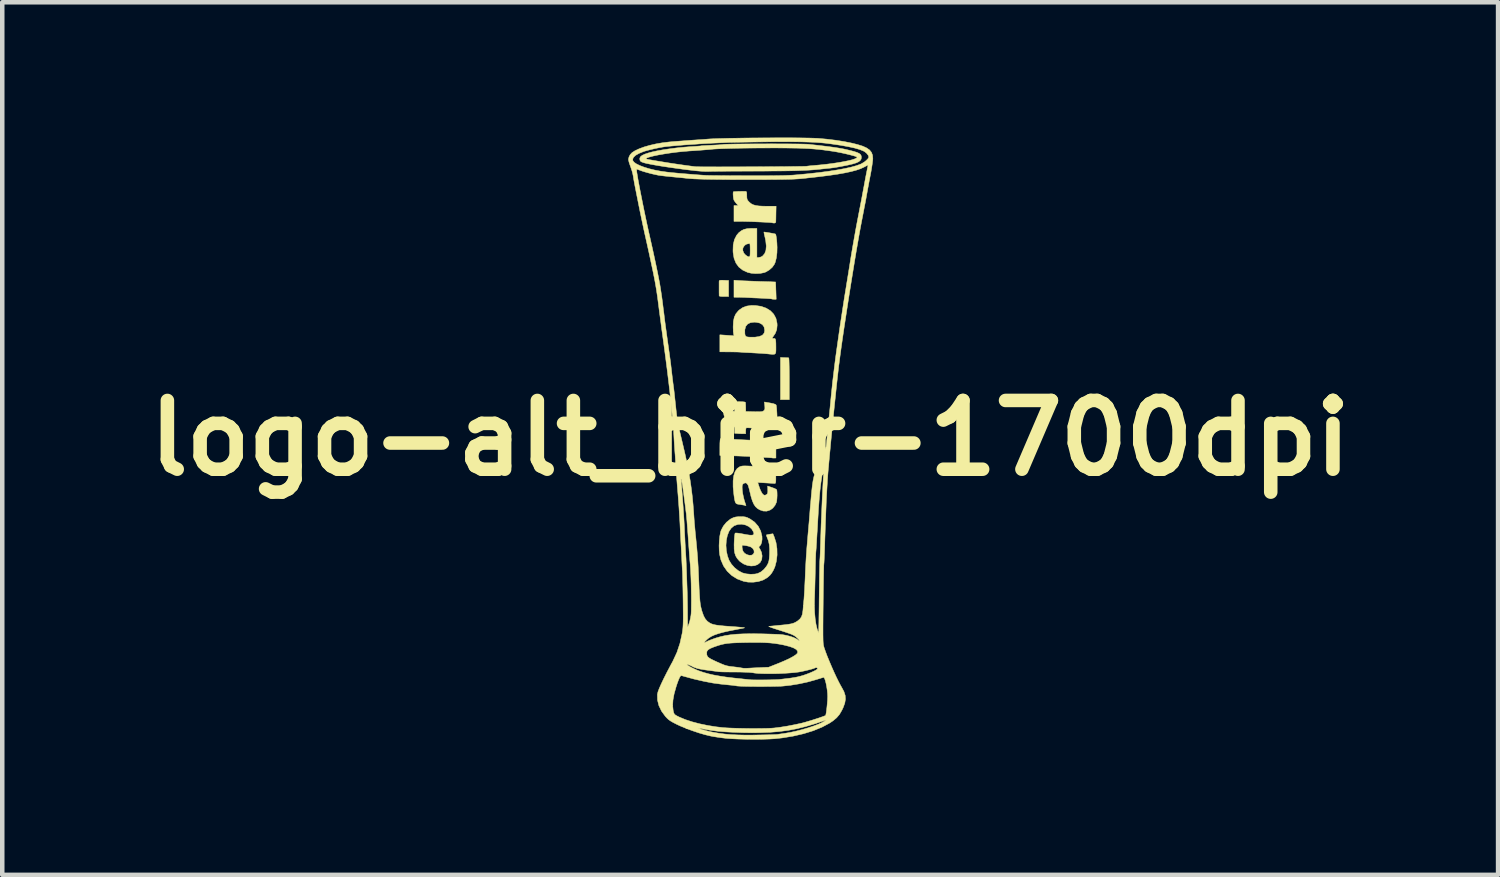
<source format=kicad_pcb>
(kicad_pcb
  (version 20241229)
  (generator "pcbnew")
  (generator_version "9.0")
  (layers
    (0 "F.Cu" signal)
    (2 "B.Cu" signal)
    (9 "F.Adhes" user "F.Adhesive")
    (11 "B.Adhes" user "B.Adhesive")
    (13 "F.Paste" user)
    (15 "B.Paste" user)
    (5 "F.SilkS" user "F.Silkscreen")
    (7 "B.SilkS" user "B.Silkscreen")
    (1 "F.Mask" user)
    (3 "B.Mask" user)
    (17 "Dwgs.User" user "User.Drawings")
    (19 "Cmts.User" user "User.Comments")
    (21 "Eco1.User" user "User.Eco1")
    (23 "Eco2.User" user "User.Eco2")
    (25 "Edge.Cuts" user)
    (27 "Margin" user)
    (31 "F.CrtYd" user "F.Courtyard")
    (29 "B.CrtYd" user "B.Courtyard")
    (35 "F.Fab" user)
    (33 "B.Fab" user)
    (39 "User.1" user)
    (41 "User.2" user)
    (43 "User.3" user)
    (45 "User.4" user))
  (footprint "logo-alt_bier-1700dpi"
    (layer "F.Cu")
    (at 13.578 6.661)
    (property "Reference" "logo-alt_bier-1700dpi" (at 0 0 0) (layer "F.SilkS") (effects (font (size 1.524 1.524) (thickness 0.3))))
    (attr through_hole)
    (fp_poly (pts (xy 0.758 -1.784) (xy 0.807 -1.782) (xy 0.843 -1.78) (xy 0.855 -1.779) (xy 0.858 -1.765) (xy 0.861 -1.724) (xy 0.863 -1.66) (xy 0.865 -1.577) (xy 0.866 -1.479) (xy 0.867 -1.369) (xy 0.867 -1.315) (xy 0.867 -0.852) (xy 0.672 -0.852) (xy 0.672 -1.788) (xy 0.758 -1.784)) (stroke (width 0.01) (type solid)) (fill yes) (layer "F.SilkS"))
    (fp_poly (pts (xy -0.583 -3.499) (xy -0.478 -3.494) (xy -0.478 -3.138) (xy -0.583 -3.138) (xy -0.644 -3.14) (xy -0.678 -3.146) (xy -0.688 -3.156) (xy -0.688 -3.186) (xy -0.689 -3.236) (xy -0.689 -3.296) (xy -0.689 -3.359) (xy -0.689 -3.416) (xy -0.689 -3.46) (xy -0.688 -3.481) (xy -0.682 -3.493) (xy -0.662 -3.499) (xy -0.621 -3.5) (xy -0.583 -3.499)) (stroke (width 0.01) (type solid)) (fill yes) (layer "F.SilkS"))
    (fp_poly (pts (xy -0.22 -3.491) (xy -0.162 -3.487) (xy -0.081 -3.484) (xy 0.015 -3.48) (xy 0.12 -3.476) (xy 0.226 -3.472) (xy 0.239 -3.472) (xy 0.334 -3.469) (xy 0.417 -3.467) (xy 0.486 -3.464) (xy 0.535 -3.462) (xy 0.56 -3.461) (xy 0.562 -3.461) (xy 0.564 -3.446) (xy 0.566 -3.407) (xy 0.568 -3.35) (xy 0.57 -3.279) (xy 0.571 -3.268) (xy 0.577 -3.078) (xy 0.53 -3.078) (xy 0.495 -3.08) (xy 0.476 -3.085) (xy 0.476 -3.085) (xy 0.46 -3.088) (xy 0.419 -3.091) (xy 0.358 -3.095) (xy 0.284 -3.099) (xy 0.246 -3.101) (xy 0.16 -3.105) (xy 0.078 -3.108) (xy 0.009 -3.112) (xy -0.042 -3.115) (xy -0.052 -3.115) (xy -0.106 -3.118) (xy -0.175 -3.12) (xy -0.243 -3.122) (xy -0.359 -3.123) (xy -0.359 -3.5) (xy -0.22 -3.491)) (stroke (width 0.01) (type solid)) (fill yes) (layer "F.SilkS"))
    (fp_poly (pts (xy -0.591 0.012) (xy -0.535 0.016) (xy -0.52 0.017) (xy -0.461 0.021) (xy -0.382 0.026) (xy -0.29 0.031) (xy -0.196 0.036) (xy -0.159 0.038) (xy -0.073 0.042) (xy 0.005 0.045) (xy 0.069 0.049) (xy 0.113 0.052) (xy 0.127 0.053) (xy 0.159 0.056) (xy 0.213 0.058) (xy 0.283 0.06) (xy 0.359 0.061) (xy 0.363 0.061) (xy 0.435 0.063) (xy 0.497 0.067) (xy 0.541 0.072) (xy 0.562 0.077) (xy 0.562 0.078) (xy 0.566 0.098) (xy 0.569 0.141) (xy 0.57 0.201) (xy 0.571 0.266) (xy 0.571 0.441) (xy 0.532 0.442) (xy 0.502 0.442) (xy 0.489 0.439) (xy 0.474 0.437) (xy 0.434 0.434) (xy 0.375 0.43) (xy 0.302 0.427) (xy 0.276 0.425) (xy 0.197 0.421) (xy 0.126 0.417) (xy 0.07 0.414) (xy 0.035 0.411) (xy 0.031 0.41) (xy 0.005 0.408) (xy -0.045 0.405) (xy -0.115 0.402) (xy -0.201 0.399) (xy -0.297 0.395) (xy -0.339 0.394) (xy -0.672 0.384) (xy -0.672 0.201) (xy -0.671 0.113) (xy -0.667 0.052) (xy -0.661 0.018) (xy -0.656 0.012) (xy -0.634 0.011) (xy -0.591 0.012)) (stroke (width 0.01) (type solid)) (fill yes) (layer "F.SilkS"))
    (fp_poly (pts (xy -0.106 -5.47) (xy -0.101 -5.47) (xy -0.086 -5.464) (xy -0.078 -5.446) (xy -0.075 -5.407) (xy -0.075 -5.377) (xy -0.073 -5.324) (xy -0.066 -5.29) (xy -0.048 -5.261) (xy -0.019 -5.23) (xy 0.02 -5.197) (xy 0.065 -5.173) (xy 0.121 -5.157) (xy 0.193 -5.146) (xy 0.286 -5.141) (xy 0.385 -5.14) (xy 0.575 -5.14) (xy 0.572 -4.987) (xy 0.571 -4.918) (xy 0.57 -4.858) (xy 0.569 -4.815) (xy 0.569 -4.8) (xy 0.56 -4.773) (xy 0.533 -4.766) (xy 0.503 -4.769) (xy 0.492 -4.772) (xy 0.475 -4.775) (xy 0.433 -4.779) (xy 0.372 -4.783) (xy 0.295 -4.787) (xy 0.208 -4.791) (xy 0.116 -4.795) (xy 0.023 -4.799) (xy -0.065 -4.801) (xy -0.143 -4.803) (xy -0.205 -4.804) (xy -0.359 -4.804) (xy -0.359 -4.979) (xy -0.359 -5.155) (xy -0.263 -5.155) (xy -0.302 -5.196) (xy -0.333 -5.234) (xy -0.357 -5.27) (xy -0.358 -5.272) (xy -0.368 -5.303) (xy -0.374 -5.347) (xy -0.378 -5.395) (xy -0.378 -5.436) (xy -0.373 -5.459) (xy -0.372 -5.46) (xy -0.356 -5.463) (xy -0.318 -5.465) (xy -0.265 -5.468) (xy -0.208 -5.469) (xy -0.152 -5.47) (xy -0.106 -5.47)) (stroke (width 0.01) (type solid)) (fill yes) (layer "F.SilkS"))
    (fp_poly (pts (xy -0.158 -0.805) (xy -0.119 -0.8) (xy -0.103 -0.79) (xy -0.103 -0.788) (xy -0.102 -0.764) (xy -0.1 -0.72) (xy -0.099 -0.68) (xy -0.097 -0.59) (xy 0.087 -0.585) (xy 0.166 -0.584) (xy 0.221 -0.585) (xy 0.258 -0.588) (xy 0.282 -0.595) (xy 0.299 -0.605) (xy 0.302 -0.608) (xy 0.319 -0.628) (xy 0.326 -0.655) (xy 0.325 -0.698) (xy 0.323 -0.718) (xy 0.315 -0.801) (xy 0.441 -0.779) (xy 0.514 -0.764) (xy 0.559 -0.748) (xy 0.576 -0.733) (xy 0.581 -0.709) (xy 0.586 -0.663) (xy 0.59 -0.601) (xy 0.593 -0.553) (xy 0.596 -0.48) (xy 0.595 -0.429) (xy 0.59 -0.392) (xy 0.581 -0.361) (xy 0.565 -0.329) (xy 0.54 -0.286) (xy 0.513 -0.254) (xy 0.478 -0.233) (xy 0.431 -0.22) (xy 0.368 -0.214) (xy 0.283 -0.214) (xy 0.202 -0.217) (xy 0.12 -0.221) (xy 0.046 -0.224) (xy -0.013 -0.227) (xy -0.051 -0.229) (xy -0.06 -0.229) (xy -0.083 -0.228) (xy -0.094 -0.215) (xy -0.098 -0.183) (xy -0.099 -0.164) (xy -0.1 -0.097) (xy -0.158 -0.097) (xy -0.214 -0.098) (xy -0.273 -0.101) (xy -0.28 -0.102) (xy -0.344 -0.106) (xy -0.344 -0.18) (xy -0.346 -0.225) (xy -0.353 -0.248) (xy -0.369 -0.255) (xy -0.37 -0.255) (xy -0.413 -0.258) (xy -0.461 -0.264) (xy -0.501 -0.273) (xy -0.523 -0.281) (xy -0.524 -0.282) (xy -0.53 -0.299) (xy -0.541 -0.337) (xy -0.554 -0.39) (xy -0.567 -0.45) (xy -0.58 -0.508) (xy -0.591 -0.559) (xy -0.597 -0.593) (xy -0.598 -0.602) (xy -0.584 -0.606) (xy -0.547 -0.607) (xy -0.494 -0.606) (xy -0.471 -0.604) (xy -0.344 -0.595) (xy -0.344 -0.807) (xy -0.224 -0.807) (xy -0.158 -0.805)) (stroke (width 0.01) (type solid)) (fill yes) (layer "F.SilkS"))
    (fp_poly (pts (xy 0.101 -4.648) (xy 0.149 -4.647) (xy 0.149 -4.004) (xy 0.192 -4.004) (xy 0.235 -4.014) (xy 0.273 -4.034) (xy 0.321 -4.089) (xy 0.349 -4.163) (xy 0.357 -4.257) (xy 0.345 -4.372) (xy 0.33 -4.445) (xy 0.317 -4.5) (xy 0.308 -4.543) (xy 0.305 -4.566) (xy 0.305 -4.568) (xy 0.32 -4.567) (xy 0.356 -4.562) (xy 0.405 -4.554) (xy 0.459 -4.545) (xy 0.508 -4.536) (xy 0.546 -4.528) (xy 0.562 -4.523) (xy 0.562 -4.523) (xy 0.571 -4.5) (xy 0.579 -4.455) (xy 0.587 -4.393) (xy 0.593 -4.321) (xy 0.596 -4.246) (xy 0.597 -4.237) (xy 0.594 -4.108) (xy 0.58 -3.994) (xy 0.556 -3.899) (xy 0.537 -3.854) (xy 0.491 -3.788) (xy 0.425 -3.729) (xy 0.35 -3.684) (xy 0.308 -3.668) (xy 0.221 -3.651) (xy 0.121 -3.647) (xy 0.023 -3.655) (xy -0.055 -3.673) (xy -0.165 -3.724) (xy -0.251 -3.792) (xy -0.314 -3.878) (xy -0.357 -3.985) (xy -0.378 -4.112) (xy -0.38 -4.146) (xy -0.38 -4.16) (xy -0.164 -4.16) (xy -0.141 -4.103) (xy -0.114 -4.07) (xy -0.077 -4.04) (xy -0.043 -4.021) (xy -0.031 -4.019) (xy -0.017 -4.021) (xy -0.008 -4.03) (xy -0.003 -4.051) (xy -0.001 -4.09) (xy -0.00001 -4.153) (xy 0 -4.17) (xy -0.001 -4.239) (xy -0.003 -4.282) (xy -0.007 -4.306) (xy -0.015 -4.314) (xy -0.024 -4.312) (xy -0.058 -4.304) (xy -0.069 -4.303) (xy -0.094 -4.293) (xy -0.125 -4.269) (xy -0.128 -4.266) (xy -0.16 -4.216) (xy -0.164 -4.16) (xy -0.38 -4.16) (xy -0.376 -4.283) (xy -0.349 -4.4) (xy -0.3 -4.496) (xy -0.252 -4.553) (xy -0.197 -4.596) (xy -0.138 -4.626) (xy -0.066 -4.643) (xy 0.023 -4.649) (xy 0.101 -4.648)) (stroke (width 0.01) (type solid)) (fill yes) (layer "F.SilkS"))
    (fp_poly (pts (xy 0.111 -2.94) (xy 0.242 -2.921) (xy 0.355 -2.881) (xy 0.449 -2.823) (xy 0.522 -2.747) (xy 0.571 -2.656) (xy 0.595 -2.55) (xy 0.598 -2.502) (xy 0.589 -2.407) (xy 0.559 -2.326) (xy 0.52 -2.267) (xy 0.496 -2.232) (xy 0.493 -2.213) (xy 0.514 -2.208) (xy 0.533 -2.21) (xy 0.549 -2.207) (xy 0.56 -2.191) (xy 0.567 -2.158) (xy 0.57 -2.103) (xy 0.571 -2.023) (xy 0.571 -2.019) (xy 0.571 -1.949) (xy 0.568 -1.901) (xy 0.558 -1.873) (xy 0.536 -1.859) (xy 0.497 -1.857) (xy 0.436 -1.862) (xy 0.381 -1.868) (xy 0.322 -1.873) (xy 0.242 -1.879) (xy 0.151 -1.884) (xy 0.057 -1.889) (xy 0.03 -1.891) (xy -0.052 -1.895) (xy -0.124 -1.898) (xy -0.18 -1.902) (xy -0.216 -1.905) (xy -0.224 -1.906) (xy -0.247 -1.907) (xy -0.293 -1.909) (xy -0.357 -1.91) (xy -0.433 -1.911) (xy -0.459 -1.911) (xy -0.672 -1.912) (xy -0.672 -2.29) (xy -0.514 -2.279) (xy -0.356 -2.268) (xy -0.366 -2.301) (xy -0.371 -2.33) (xy -0.374 -2.373) (xy -0.119 -2.373) (xy -0.117 -2.31) (xy -0.109 -2.272) (xy -0.089 -2.251) (xy -0.053 -2.241) (xy -0.01 -2.238) (xy 0.107 -2.238) (xy 0.198 -2.251) (xy 0.261 -2.276) (xy 0.283 -2.293) (xy 0.31 -2.33) (xy 0.321 -2.375) (xy 0.321 -2.397) (xy 0.308 -2.464) (xy 0.271 -2.516) (xy 0.21 -2.551) (xy 0.129 -2.568) (xy 0.089 -2.57) (xy 0.005 -2.559) (xy -0.057 -2.528) (xy -0.099 -2.476) (xy -0.118 -2.404) (xy -0.119 -2.373) (xy -0.374 -2.373) (xy -0.374 -2.381) (xy -0.377 -2.444) (xy -0.377 -2.479) (xy -0.371 -2.59) (xy -0.352 -2.68) (xy -0.318 -2.753) (xy -0.265 -2.818) (xy -0.242 -2.84) (xy -0.164 -2.894) (xy -0.075 -2.927) (xy 0.03 -2.941) (xy 0.111 -2.94)) (stroke (width 0.01) (type solid)) (fill yes) (layer "F.SilkS"))
    (fp_poly (pts (xy -0.043 0.618) (xy 0.014 0.621) (xy 0.086 0.625) (xy 0.146 0.629) (xy 0.19 0.633) (xy 0.21 0.636) (xy 0.21 0.636) (xy 0.228 0.638) (xy 0.269 0.641) (xy 0.328 0.643) (xy 0.393 0.645) (xy 0.47 0.647) (xy 0.52 0.65) (xy 0.551 0.655) (xy 0.565 0.663) (xy 0.569 0.672) (xy 0.569 0.696) (xy 0.569 0.742) (xy 0.569 0.804) (xy 0.569 0.852) (xy 0.569 0.922) (xy 0.567 0.967) (xy 0.562 0.993) (xy 0.554 1.004) (xy 0.543 1.006) (xy 0.543 1.006) (xy 0.518 1.004) (xy 0.47 1.001) (xy 0.407 0.997) (xy 0.342 0.993) (xy 0.168 0.983) (xy 0.204 1.093) (xy 0.226 1.151) (xy 0.252 1.203) (xy 0.274 1.237) (xy 0.276 1.239) (xy 0.304 1.263) (xy 0.328 1.266) (xy 0.35 1.258) (xy 0.373 1.244) (xy 0.386 1.222) (xy 0.391 1.185) (xy 0.39 1.127) (xy 0.39 1.118) (xy 0.387 1.062) (xy 0.481 1.094) (xy 0.531 1.112) (xy 0.569 1.13) (xy 0.586 1.142) (xy 0.593 1.167) (xy 0.596 1.214) (xy 0.597 1.272) (xy 0.594 1.333) (xy 0.589 1.388) (xy 0.582 1.423) (xy 0.551 1.49) (xy 0.502 1.551) (xy 0.448 1.591) (xy 0.367 1.619) (xy 0.286 1.616) (xy 0.213 1.59) (xy 0.16 1.558) (xy 0.116 1.517) (xy 0.08 1.462) (xy 0.048 1.389) (xy 0.019 1.295) (xy -0.007 1.188) (xy -0.021 1.129) (xy -0.036 1.076) (xy -0.047 1.043) (xy -0.073 1.004) (xy -0.109 0.991) (xy -0.147 1.007) (xy -0.152 1.011) (xy -0.168 1.028) (xy -0.176 1.051) (xy -0.178 1.086) (xy -0.176 1.141) (xy -0.175 1.15) (xy -0.166 1.223) (xy -0.149 1.306) (xy -0.13 1.38) (xy -0.092 1.497) (xy -0.124 1.489) (xy -0.158 1.482) (xy -0.207 1.475) (xy -0.236 1.47) (xy -0.275 1.464) (xy -0.302 1.455) (xy -0.321 1.437) (xy -0.335 1.405) (xy -0.346 1.356) (xy -0.357 1.284) (xy -0.362 1.244) (xy -0.378 1.083) (xy -0.378 0.945) (xy -0.363 0.83) (xy -0.333 0.74) (xy -0.288 0.673) (xy -0.229 0.633) (xy -0.199 0.623) (xy -0.162 0.617) (xy -0.112 0.616) (xy -0.043 0.618)) (stroke (width 0.01) (type solid)) (fill yes) (layer "F.SilkS"))
    (fp_poly (pts (xy -0.153 1.742) (xy -0.106 1.748) (xy -0.065 1.761) (xy -0.016 1.785) (xy -0.002 1.792) (xy 0.099 1.863) (xy 0.178 1.953) (xy 0.233 2.059) (xy 0.262 2.174) (xy 0.264 2.242) (xy 0.256 2.306) (xy 0.238 2.359) (xy 0.213 2.392) (xy 0.211 2.393) (xy 0.195 2.406) (xy 0.194 2.421) (xy 0.209 2.447) (xy 0.218 2.461) (xy 0.251 2.532) (xy 0.265 2.611) (xy 0.257 2.686) (xy 0.254 2.696) (xy 0.22 2.758) (xy 0.166 2.802) (xy 0.098 2.828) (xy 0.021 2.835) (xy -0.061 2.822) (xy -0.143 2.791) (xy -0.219 2.74) (xy -0.241 2.72) (xy -0.288 2.666) (xy -0.322 2.609) (xy -0.344 2.541) (xy -0.355 2.458) (xy -0.355 2.419) (xy -0.179 2.419) (xy -0.172 2.468) (xy -0.156 2.512) (xy -0.122 2.553) (xy -0.074 2.582) (xy -0.02 2.597) (xy 0.03 2.595) (xy 0.066 2.576) (xy 0.088 2.536) (xy 0.085 2.491) (xy 0.06 2.447) (xy 0.017 2.414) (xy -0.023 2.399) (xy -0.077 2.386) (xy -0.102 2.382) (xy -0.179 2.372) (xy -0.179 2.419) (xy -0.355 2.419) (xy -0.356 2.353) (xy -0.354 2.296) (xy -0.35 2.226) (xy -0.345 2.166) (xy -0.339 2.124) (xy -0.333 2.105) (xy -0.314 2.103) (xy -0.272 2.106) (xy -0.213 2.115) (xy -0.171 2.123) (xy -0.075 2.141) (xy -0.004 2.151) (xy 0.044 2.151) (xy 0.072 2.142) (xy 0.082 2.123) (xy 0.077 2.092) (xy 0.072 2.078) (xy 0.032 2.012) (xy -0.029 1.96) (xy -0.104 1.925) (xy -0.187 1.908) (xy -0.271 1.913) (xy -0.351 1.94) (xy -0.358 1.944) (xy -0.42 1.995) (xy -0.47 2.068) (xy -0.506 2.16) (xy -0.528 2.265) (xy -0.536 2.377) (xy -0.528 2.494) (xy -0.504 2.609) (xy -0.469 2.706) (xy -0.417 2.792) (xy -0.345 2.873) (xy -0.261 2.94) (xy -0.173 2.986) (xy -0.172 2.987) (xy -0.085 3.009) (xy 0.012 3.018) (xy 0.108 3.013) (xy 0.166 3.001) (xy 0.238 2.966) (xy 0.306 2.91) (xy 0.364 2.838) (xy 0.384 2.804) (xy 0.403 2.763) (xy 0.415 2.721) (xy 0.423 2.671) (xy 0.428 2.604) (xy 0.43 2.567) (xy 0.431 2.454) (xy 0.423 2.36) (xy 0.405 2.278) (xy 0.378 2.207) (xy 0.364 2.171) (xy 0.359 2.149) (xy 0.36 2.146) (xy 0.377 2.141) (xy 0.414 2.134) (xy 0.435 2.13) (xy 0.504 2.12) (xy 0.534 2.192) (xy 0.573 2.315) (xy 0.594 2.451) (xy 0.597 2.591) (xy 0.581 2.728) (xy 0.548 2.853) (xy 0.516 2.925) (xy 0.478 2.99) (xy 0.44 3.038) (xy 0.389 3.084) (xy 0.37 3.098) (xy 0.286 3.146) (xy 0.182 3.179) (xy 0.069 3.194) (xy -0.047 3.192) (xy -0.145 3.174) (xy -0.285 3.122) (xy -0.406 3.047) (xy -0.509 2.95) (xy -0.59 2.834) (xy -0.648 2.701) (xy -0.676 2.583) (xy -0.686 2.49) (xy -0.689 2.385) (xy -0.684 2.277) (xy -0.674 2.176) (xy -0.657 2.089) (xy -0.644 2.045) (xy -0.594 1.95) (xy -0.524 1.864) (xy -0.44 1.797) (xy -0.413 1.782) (xy -0.365 1.76) (xy -0.319 1.748) (xy -0.263 1.742) (xy -0.217 1.741) (xy -0.153 1.742)) (stroke (width 0.01) (type solid)) (fill yes) (layer "F.SilkS"))
    (fp_poly (pts (xy 0.618 -6.522) (xy 0.758 -6.522) (xy 0.889 -6.521) (xy 1.007 -6.52) (xy 1.11 -6.519) (xy 1.194 -6.517) (xy 1.256 -6.515) (xy 1.292 -6.513) (xy 1.5 -6.49) (xy 1.679 -6.469) (xy 1.831 -6.449) (xy 1.957 -6.43) (xy 2.058 -6.412) (xy 2.107 -6.402) (xy 2.22 -6.375) (xy 2.307 -6.352) (xy 2.371 -6.331) (xy 2.416 -6.31) (xy 2.444 -6.288) (xy 2.459 -6.263) (xy 2.465 -6.233) (xy 2.465 -6.223) (xy 2.46 -6.186) (xy 2.44 -6.154) (xy 2.405 -6.126) (xy 2.35 -6.101) (xy 2.273 -6.077) (xy 2.171 -6.053) (xy 2.097 -6.038) (xy 2.01 -6.021) (xy 1.926 -6.006) (xy 1.853 -5.994) (xy 1.798 -5.987) (xy 1.785 -5.985) (xy 1.728 -5.98) (xy 1.655 -5.972) (xy 1.578 -5.964) (xy 1.554 -5.961) (xy 1.474 -5.953) (xy 1.392 -5.946) (xy 1.305 -5.94) (xy 1.209 -5.935) (xy 1.103 -5.931) (xy 0.984 -5.927) (xy 0.849 -5.924) (xy 0.694 -5.922) (xy 0.519 -5.921) (xy 0.319 -5.919) (xy 0.093 -5.919) (xy 0.054 -5.918) (xy -0.112 -5.918) (xy -0.269 -5.917) (xy -0.416 -5.917) (xy -0.548 -5.916) (xy -0.665 -5.915) (xy -0.763 -5.914) (xy -0.839 -5.913) (xy -0.891 -5.912) (xy -0.916 -5.911) (xy -0.918 -5.911) (xy -0.945 -5.91) (xy -0.994 -5.911) (xy -1.058 -5.914) (xy -1.113 -5.918) (xy -1.208 -5.926) (xy -1.321 -5.939) (xy -1.446 -5.954) (xy -1.579 -5.972) (xy -1.716 -5.991) (xy -1.852 -6.011) (xy -1.982 -6.031) (xy -2.101 -6.051) (xy -2.205 -6.07) (xy -2.29 -6.087) (xy -2.35 -6.102) (xy -2.357 -6.104) (xy -2.405 -6.121) (xy -2.432 -6.139) (xy -2.445 -6.165) (xy -2.445 -6.166) (xy -2.446 -6.194) (xy -2.311 -6.194) (xy -2.292 -6.185) (xy -2.265 -6.178) (xy -2.213 -6.168) (xy -2.139 -6.155) (xy -2.049 -6.14) (xy -1.946 -6.123) (xy -1.835 -6.105) (xy -1.72 -6.087) (xy -1.605 -6.07) (xy -1.495 -6.054) (xy -1.393 -6.04) (xy -1.304 -6.028) (xy -1.233 -6.019) (xy -1.203 -6.016) (xy -1.176 -6.015) (xy -1.122 -6.014) (xy -1.045 -6.013) (xy -0.946 -6.013) (xy -0.83 -6.013) (xy -0.698 -6.012) (xy -0.553 -6.013) (xy -0.398 -6.013) (xy -0.237 -6.013) (xy -0.071 -6.014) (xy 0.097 -6.014) (xy 0.263 -6.015) (xy 0.425 -6.016) (xy 0.581 -6.017) (xy 0.727 -6.018) (xy 0.86 -6.019) (xy 0.978 -6.021) (xy 1.079 -6.022) (xy 1.158 -6.023) (xy 1.215 -6.024) (xy 1.244 -6.026) (xy 1.248 -6.026) (xy 1.284 -6.031) (xy 1.339 -6.037) (xy 1.403 -6.042) (xy 1.412 -6.043) (xy 1.554 -6.056) (xy 1.693 -6.071) (xy 1.827 -6.088) (xy 1.953 -6.107) (xy 2.067 -6.127) (xy 2.167 -6.147) (xy 2.25 -6.167) (xy 2.313 -6.187) (xy 2.354 -6.206) (xy 2.37 -6.223) (xy 2.366 -6.231) (xy 2.345 -6.241) (xy 2.3 -6.256) (xy 2.237 -6.273) (xy 2.161 -6.292) (xy 2.079 -6.311) (xy 1.995 -6.329) (xy 1.915 -6.344) (xy 1.846 -6.356) (xy 1.845 -6.356) (xy 1.725 -6.373) (xy 1.615 -6.388) (xy 1.51 -6.4) (xy 1.407 -6.409) (xy 1.3 -6.417) (xy 1.187 -6.422) (xy 1.062 -6.427) (xy 0.922 -6.429) (xy 0.762 -6.431) (xy 0.578 -6.432) (xy 0.493 -6.432) (xy 0.28 -6.431) (xy 0.076 -6.43) (xy -0.117 -6.428) (xy -0.294 -6.425) (xy -0.454 -6.421) (xy -0.594 -6.417) (xy -0.712 -6.412) (xy -0.805 -6.407) (xy -0.859 -6.402) (xy -0.903 -6.397) (xy -0.959 -6.393) (xy -1.03 -6.387) (xy -1.12 -6.38) (xy -1.233 -6.372) (xy -1.345 -6.365) (xy -1.487 -6.353) (xy -1.632 -6.338) (xy -1.776 -6.319) (xy -1.912 -6.298) (xy -2.038 -6.276) (xy -2.147 -6.253) (xy -2.234 -6.23) (xy -2.279 -6.215) (xy -2.308 -6.202) (xy -2.311 -6.194) (xy -2.446 -6.194) (xy -2.447 -6.204) (xy -2.431 -6.237) (xy -2.394 -6.267) (xy -2.334 -6.295) (xy -2.248 -6.323) (xy -2.174 -6.343) (xy -2.064 -6.367) (xy -1.931 -6.391) (xy -1.782 -6.413) (xy -1.625 -6.433) (xy -1.466 -6.449) (xy -1.313 -6.461) (xy -1.277 -6.463) (xy -1.207 -6.467) (xy -1.149 -6.472) (xy -1.108 -6.475) (xy -1.09 -6.478) (xy -1.09 -6.478) (xy -1.074 -6.48) (xy -1.032 -6.483) (xy -0.972 -6.486) (xy -0.898 -6.49) (xy -0.859 -6.492) (xy -0.777 -6.496) (xy -0.703 -6.5) (xy -0.644 -6.505) (xy -0.606 -6.508) (xy -0.598 -6.51) (xy -0.572 -6.512) (xy -0.519 -6.514) (xy -0.443 -6.516) (xy -0.346 -6.518) (xy -0.233 -6.519) (xy -0.106 -6.52) (xy 0.031 -6.521) (xy 0.175 -6.522) (xy 0.323 -6.522) (xy 0.472 -6.523) (xy 0.618 -6.522)) (stroke (width 0.01) (type solid)) (fill yes) (layer "F.SilkS"))
    (fp_poly (pts (xy 0.911 -6.656) (xy 1.062 -6.655) (xy 1.198 -6.653) (xy 1.316 -6.651) (xy 1.413 -6.648) (xy 1.485 -6.645) (xy 1.494 -6.645) (xy 1.695 -6.627) (xy 1.893 -6.603) (xy 2.083 -6.573) (xy 2.257 -6.538) (xy 2.377 -6.508) (xy 2.493 -6.472) (xy 2.581 -6.432) (xy 2.646 -6.387) (xy 2.688 -6.335) (xy 2.712 -6.272) (xy 2.719 -6.196) (xy 2.719 -6.195) (xy 2.716 -6.155) (xy 2.708 -6.091) (xy 2.696 -6.011) (xy 2.681 -5.919) (xy 2.663 -5.822) (xy 2.66 -5.809) (xy 2.64 -5.706) (xy 2.621 -5.603) (xy 2.603 -5.507) (xy 2.588 -5.424) (xy 2.577 -5.364) (xy 2.577 -5.364) (xy 2.567 -5.306) (xy 2.552 -5.226) (xy 2.533 -5.13) (xy 2.513 -5.025) (xy 2.492 -4.917) (xy 2.486 -4.886) (xy 2.458 -4.741) (xy 2.426 -4.57) (xy 2.392 -4.376) (xy 2.355 -4.164) (xy 2.317 -3.937) (xy 2.278 -3.698) (xy 2.238 -3.452) (xy 2.198 -3.202) (xy 2.159 -2.951) (xy 2.121 -2.703) (xy 2.084 -2.462) (xy 2.05 -2.232) (xy 2.019 -2.016) (xy 1.992 -1.817) (xy 1.969 -1.64) (xy 1.965 -1.614) (xy 1.955 -1.526) (xy 1.942 -1.413) (xy 1.927 -1.277) (xy 1.91 -1.124) (xy 1.893 -0.957) (xy 1.874 -0.78) (xy 1.855 -0.596) (xy 1.836 -0.411) (xy 1.818 -0.227) (xy 1.801 -0.048) (xy 1.784 0.12) (xy 1.77 0.276) (xy 1.763 0.344) (xy 1.754 0.446) (xy 1.745 0.542) (xy 1.738 0.628) (xy 1.731 0.697) (xy 1.727 0.744) (xy 1.726 0.755) (xy 1.722 0.804) (xy 1.717 0.872) (xy 1.712 0.945) (xy 1.711 0.971) (xy 1.706 1.051) (xy 1.701 1.136) (xy 1.697 1.21) (xy 1.696 1.225) (xy 1.693 1.282) (xy 1.689 1.36) (xy 1.685 1.449) (xy 1.682 1.54) (xy 1.681 1.561) (xy 1.677 1.66) (xy 1.673 1.768) (xy 1.669 1.872) (xy 1.666 1.959) (xy 1.666 1.965) (xy 1.663 2.039) (xy 1.66 2.135) (xy 1.656 2.243) (xy 1.653 2.354) (xy 1.65 2.443) (xy 1.647 2.538) (xy 1.643 2.626) (xy 1.64 2.702) (xy 1.637 2.759) (xy 1.634 2.792) (xy 1.634 2.794) (xy 1.632 2.818) (xy 1.631 2.87) (xy 1.629 2.945) (xy 1.627 3.042) (xy 1.625 3.157) (xy 1.623 3.288) (xy 1.621 3.431) (xy 1.619 3.584) (xy 1.618 3.698) (xy 1.616 3.879) (xy 1.615 4.033) (xy 1.614 4.163) (xy 1.614 4.27) (xy 1.614 4.357) (xy 1.615 4.427) (xy 1.616 4.483) (xy 1.618 4.527) (xy 1.621 4.561) (xy 1.625 4.588) (xy 1.63 4.611) (xy 1.636 4.633) (xy 1.64 4.647) (xy 1.669 4.731) (xy 1.708 4.834) (xy 1.755 4.948) (xy 1.806 5.068) (xy 1.859 5.188) (xy 1.912 5.302) (xy 1.962 5.403) (xy 2.006 5.486) (xy 2.028 5.524) (xy 2.078 5.617) (xy 2.106 5.703) (xy 2.112 5.787) (xy 2.097 5.876) (xy 2.06 5.976) (xy 2.031 6.036) (xy 1.979 6.125) (xy 1.916 6.199) (xy 1.836 6.266) (xy 1.76 6.317) (xy 1.591 6.407) (xy 1.398 6.486) (xy 1.184 6.552) (xy 0.952 6.606) (xy 0.706 6.646) (xy 0.538 6.664) (xy 0.435 6.67) (xy 0.31 6.674) (xy 0.17 6.676) (xy 0.021 6.676) (xy -0.128 6.674) (xy -0.272 6.67) (xy -0.401 6.664) (xy -0.51 6.657) (xy -0.53 6.655) (xy -0.623 6.644) (xy -0.723 6.63) (xy -0.817 6.615) (xy -0.88 6.603) (xy -1.001 6.574) (xy -1.138 6.534) (xy -1.283 6.485) (xy -1.426 6.432) (xy -1.431 6.429) (xy -1.145 6.429) (xy -1.136 6.436) (xy -1.103 6.448) (xy -1.052 6.464) (xy -0.99 6.481) (xy -0.923 6.498) (xy -0.855 6.513) (xy -0.814 6.521) (xy -0.688 6.543) (xy -0.559 6.56) (xy -0.422 6.572) (xy -0.272 6.579) (xy -0.104 6.583) (xy 0.088 6.582) (xy 0.134 6.581) (xy 0.247 6.579) (xy 0.351 6.577) (xy 0.443 6.575) (xy 0.519 6.572) (xy 0.573 6.57) (xy 0.603 6.568) (xy 0.605 6.568) (xy 0.641 6.562) (xy 0.697 6.554) (xy 0.759 6.545) (xy 0.769 6.544) (xy 0.89 6.523) (xy 1.019 6.495) (xy 1.151 6.461) (xy 1.281 6.423) (xy 1.402 6.383) (xy 1.51 6.342) (xy 1.598 6.302) (xy 1.644 6.275) (xy 1.669 6.258) (xy 1.673 6.251) (xy 1.666 6.253) (xy 1.441 6.33) (xy 1.233 6.392) (xy 1.036 6.441) (xy 0.841 6.478) (xy 0.643 6.504) (xy 0.434 6.521) (xy 0.208 6.529) (xy 0.037 6.531) (xy -0.169 6.528) (xy -0.366 6.521) (xy -0.551 6.511) (xy -0.717 6.497) (xy -0.863 6.479) (xy -0.984 6.458) (xy -1.003 6.454) (xy -1.063 6.442) (xy -1.111 6.433) (xy -1.14 6.429) (xy -1.145 6.429) (xy -1.431 6.429) (xy -1.558 6.377) (xy -1.636 6.34) (xy -1.712 6.301) (xy -1.768 6.268) (xy -1.811 6.237) (xy -1.85 6.2) (xy -1.881 6.166) (xy -1.965 6.051) (xy -2.023 5.93) (xy -2.024 5.927) (xy -1.718 5.927) (xy -1.707 6.034) (xy -1.701 6.061) (xy -1.692 6.094) (xy -1.679 6.118) (xy -1.658 6.137) (xy -1.621 6.159) (xy -1.564 6.187) (xy -1.563 6.187) (xy -1.435 6.24) (xy -1.285 6.289) (xy -1.117 6.333) (xy -0.939 6.37) (xy -0.757 6.399) (xy -0.611 6.416) (xy -0.519 6.423) (xy -0.407 6.428) (xy -0.28 6.432) (xy -0.145 6.435) (xy -0.006 6.437) (xy 0.13 6.437) (xy 0.259 6.436) (xy 0.374 6.434) (xy 0.469 6.43) (xy 0.535 6.425) (xy 0.676 6.407) (xy 0.832 6.382) (xy 0.991 6.351) (xy 1.139 6.319) (xy 1.166 6.312) (xy 1.218 6.298) (xy 1.285 6.278) (xy 1.359 6.256) (xy 1.437 6.231) (xy 1.512 6.207) (xy 1.578 6.184) (xy 1.631 6.165) (xy 1.663 6.152) (xy 1.671 6.148) (xy 1.678 6.128) (xy 1.686 6.085) (xy 1.694 6.026) (xy 1.702 5.956) (xy 1.709 5.882) (xy 1.715 5.811) (xy 1.717 5.75) (xy 1.718 5.73) (xy 1.715 5.658) (xy 1.707 5.581) (xy 1.695 5.504) (xy 1.681 5.433) (xy 1.665 5.372) (xy 1.649 5.327) (xy 1.634 5.304) (xy 1.628 5.303) (xy 1.605 5.309) (xy 1.561 5.323) (xy 1.502 5.341) (xy 1.443 5.359) (xy 1.27 5.407) (xy 1.084 5.447) (xy 0.897 5.478) (xy 0.732 5.496) (xy 0.674 5.5) (xy 0.596 5.502) (xy 0.501 5.504) (xy 0.396 5.505) (xy 0.283 5.506) (xy 0.169 5.506) (xy 0.057 5.505) (xy -0.047 5.504) (xy -0.139 5.502) (xy -0.215 5.499) (xy -0.268 5.496) (xy -0.291 5.494) (xy -0.334 5.487) (xy -0.388 5.48) (xy -0.411 5.477) (xy -0.458 5.473) (xy -0.524 5.466) (xy -0.6 5.458) (xy -0.65 5.453) (xy -0.826 5.429) (xy -1.025 5.391) (xy -1.243 5.341) (xy -1.476 5.278) (xy -1.525 5.264) (xy -1.542 5.271) (xy -1.562 5.3) (xy -1.586 5.354) (xy -1.616 5.434) (xy -1.642 5.513) (xy -1.686 5.67) (xy -1.711 5.807) (xy -1.718 5.927) (xy -2.024 5.927) (xy -2.054 5.807) (xy -2.057 5.684) (xy -2.055 5.673) (xy -2.043 5.622) (xy -2.015 5.547) (xy -1.972 5.45) (xy -1.916 5.332) (xy -1.847 5.195) (xy -1.765 5.039) (xy -1.751 5.013) (xy -1.404 5.013) (xy -1.392 5.029) (xy -1.357 5.053) (xy -1.306 5.082) (xy -1.245 5.112) (xy -1.179 5.142) (xy -1.136 5.159) (xy -1.036 5.193) (xy -0.929 5.223) (xy -0.813 5.25) (xy -0.681 5.274) (xy -0.531 5.297) (xy -0.358 5.318) (xy -0.202 5.334) (xy -0.132 5.342) (xy -0.071 5.348) (xy -0.026 5.353) (xy -0.007 5.355) (xy 0.028 5.358) (xy 0.087 5.359) (xy 0.163 5.36) (xy 0.251 5.36) (xy 0.344 5.359) (xy 0.435 5.358) (xy 0.52 5.355) (xy 0.591 5.353) (xy 0.643 5.35) (xy 0.657 5.348) (xy 0.727 5.34) (xy 0.803 5.331) (xy 0.844 5.326) (xy 0.907 5.318) (xy 0.982 5.306) (xy 1.045 5.294) (xy 1.111 5.278) (xy 1.186 5.256) (xy 1.262 5.229) (xy 1.336 5.2) (xy 1.401 5.171) (xy 1.453 5.145) (xy 1.485 5.123) (xy 1.494 5.11) (xy 1.483 5.09) (xy 1.455 5.087) (xy 1.437 5.094) (xy 1.402 5.108) (xy 1.345 5.125) (xy 1.274 5.143) (xy 1.197 5.161) (xy 1.122 5.177) (xy 1.083 5.184) (xy 0.992 5.196) (xy 0.884 5.205) (xy 0.764 5.213) (xy 0.638 5.219) (xy 0.51 5.222) (xy 0.387 5.222) (xy 0.274 5.22) (xy 0.176 5.216) (xy 0.098 5.208) (xy 0.058 5.201) (xy 0.022 5.197) (xy -0.038 5.192) (xy -0.117 5.189) (xy -0.208 5.186) (xy -0.305 5.185) (xy -0.323 5.185) (xy -0.421 5.185) (xy -0.512 5.184) (xy -0.591 5.183) (xy -0.652 5.181) (xy -0.69 5.178) (xy -0.695 5.178) (xy -0.822 5.161) (xy -0.924 5.148) (xy -1.003 5.137) (xy -1.065 5.127) (xy -1.111 5.119) (xy -1.147 5.111) (xy -1.177 5.103) (xy -1.188 5.1) (xy -1.233 5.084) (xy -1.267 5.07) (xy -1.277 5.065) (xy -1.299 5.052) (xy -1.333 5.037) (xy -1.368 5.022) (xy -1.395 5.013) (xy -1.404 5.013) (xy -1.751 5.013) (xy -1.718 4.953) (xy -1.631 4.767) (xy -0.965 4.767) (xy -0.961 4.8) (xy -0.953 4.826) (xy -0.938 4.849) (xy -0.912 4.871) (xy -0.87 4.897) (xy -0.809 4.927) (xy -0.725 4.966) (xy -0.715 4.97) (xy -0.633 5.006) (xy -0.57 5.031) (xy -0.516 5.047) (xy -0.462 5.058) (xy -0.4 5.066) (xy -0.388 5.067) (xy -0.32 5.075) (xy -0.256 5.083) (xy -0.208 5.091) (xy -0.194 5.094) (xy -0.147 5.101) (xy -0.089 5.102) (xy -0.067 5.101) (xy -0.024 5.099) (xy 0.041 5.095) (xy 0.119 5.091) (xy 0.202 5.087) (xy 0.209 5.087) (xy 0.411 5.078) (xy 0.641 4.987) (xy 0.761 4.936) (xy 0.864 4.889) (xy 0.947 4.844) (xy 1.008 4.805) (xy 1.044 4.772) (xy 1.051 4.759) (xy 1.051 4.722) (xy 1.022 4.685) (xy 0.963 4.651) (xy 0.876 4.619) (xy 0.76 4.59) (xy 0.75 4.587) (xy 0.645 4.567) (xy 0.543 4.551) (xy 0.438 4.54) (xy 0.324 4.533) (xy 0.196 4.529) (xy 0.048 4.529) (xy -0.091 4.531) (xy -0.226 4.534) (xy -0.336 4.538) (xy -0.427 4.543) (xy -0.503 4.55) (xy -0.571 4.561) (xy -0.634 4.575) (xy -0.698 4.593) (xy -0.769 4.617) (xy -0.814 4.633) (xy -0.886 4.663) (xy -0.933 4.693) (xy -0.958 4.726) (xy -0.965 4.767) (xy -1.631 4.767) (xy -1.626 4.758) (xy -1.556 4.548) (xy -1.507 4.325) (xy -1.5 4.281) (xy -1.494 4.237) (xy -1.49 4.191) (xy -1.487 4.139) (xy -1.485 4.077) (xy -1.484 4.002) (xy -1.484 3.91) (xy -1.485 3.797) (xy -1.486 3.66) (xy -1.487 3.578) (xy -1.489 3.448) (xy -1.491 3.325) (xy -1.494 3.213) (xy -1.496 3.117) (xy -1.498 3.039) (xy -1.5 2.983) (xy -1.501 2.953) (xy -1.501 2.951) (xy -1.504 2.92) (xy -1.507 2.866) (xy -1.511 2.796) (xy -1.515 2.716) (xy -1.516 2.689) (xy -1.52 2.602) (xy -1.524 2.516) (xy -1.528 2.44) (xy -1.531 2.384) (xy -1.532 2.376) (xy -1.535 2.32) (xy -1.539 2.245) (xy -1.543 2.162) (xy -1.546 2.099) (xy -1.552 1.985) (xy -1.557 1.878) (xy -1.563 1.773) (xy -1.57 1.666) (xy -1.577 1.554) (xy -1.586 1.431) (xy -1.596 1.294) (xy -1.609 1.138) (xy -1.623 0.961) (xy -1.627 0.912) (xy -1.535 0.912) (xy -1.532 0.941) (xy -1.527 0.984) (xy -1.522 1.042) (xy -1.517 1.098) (xy -1.5 1.327) (xy -1.485 1.528) (xy -1.474 1.701) (xy -1.465 1.847) (xy -1.459 1.968) (xy -1.458 1.995) (xy -1.453 2.11) (xy -1.447 2.218) (xy -1.442 2.33) (xy -1.435 2.454) (xy -1.427 2.585) (xy -1.425 2.624) (xy -1.422 2.669) (xy -1.42 2.723) (xy -1.417 2.789) (xy -1.414 2.871) (xy -1.41 2.971) (xy -1.406 3.093) (xy -1.401 3.24) (xy -1.397 3.354) (xy -1.394 3.444) (xy -1.392 3.554) (xy -1.39 3.674) (xy -1.388 3.794) (xy -1.388 3.885) (xy -1.386 4.191) (xy -1.358 4.118) (xy -1.341 4.066) (xy -1.325 3.998) (xy -1.313 3.932) (xy -1.308 3.883) (xy -1.305 3.809) (xy -1.304 3.714) (xy -1.303 3.605) (xy -1.304 3.484) (xy -1.306 3.359) (xy -1.308 3.232) (xy -1.312 3.109) (xy -1.317 2.995) (xy -1.322 2.894) (xy -1.328 2.812) (xy -1.328 2.809) (xy -1.336 2.725) (xy -1.343 2.635) (xy -1.349 2.553) (xy -1.351 2.525) (xy -1.365 2.336) (xy -1.376 2.175) (xy -1.386 2.038) (xy -1.395 1.925) (xy -1.402 1.832) (xy -1.409 1.758) (xy -1.414 1.699) (xy -1.419 1.654) (xy -1.42 1.651) (xy -1.442 1.474) (xy -1.462 1.324) (xy -1.478 1.201) (xy -1.492 1.103) (xy -1.503 1.027) (xy -1.512 0.973) (xy -1.52 0.938) (xy -1.524 0.923) (xy -1.533 0.905) (xy -1.535 0.912) (xy -1.627 0.912) (xy -1.636 0.807) (xy -1.639 0.755) (xy -1.644 0.684) (xy -1.649 0.608) (xy -1.651 0.575) (xy -1.655 0.5) (xy -1.66 0.426) (xy -1.664 0.364) (xy -1.666 0.344) (xy -1.674 0.234) (xy -1.683 0.101) (xy -1.691 -0.05) (xy -1.696 -0.142) (xy -1.703 -0.245) (xy -1.714 -0.375) (xy -1.728 -0.527) (xy -1.746 -0.699) (xy -1.766 -0.886) (xy -1.788 -1.086) (xy -1.813 -1.294) (xy -1.839 -1.508) (xy -1.867 -1.724) (xy -1.895 -1.938) (xy -1.92 -2.122) (xy -1.939 -2.26) (xy -1.96 -2.411) (xy -1.98 -2.565) (xy -2 -2.713) (xy -2.018 -2.849) (xy -2.032 -2.958) (xy -2.044 -3.05) (xy -2.055 -3.134) (xy -2.067 -3.215) (xy -2.079 -3.294) (xy -2.093 -3.376) (xy -2.108 -3.462) (xy -2.126 -3.556) (xy -2.147 -3.661) (xy -2.172 -3.779) (xy -2.201 -3.914) (xy -2.234 -4.069) (xy -2.273 -4.246) (xy -2.318 -4.448) (xy -2.331 -4.505) (xy -2.356 -4.619) (xy -2.383 -4.744) (xy -2.411 -4.879) (xy -2.44 -5.017) (xy -2.468 -5.156) (xy -2.495 -5.292) (xy -2.521 -5.421) (xy -2.544 -5.538) (xy -2.564 -5.641) (xy -2.579 -5.724) (xy -2.589 -5.785) (xy -2.593 -5.812) (xy -2.604 -5.864) (xy -2.622 -5.932) (xy -2.626 -5.942) (xy -2.518 -5.942) (xy -2.513 -5.897) (xy -2.502 -5.829) (xy -2.487 -5.74) (xy -2.467 -5.632) (xy -2.444 -5.509) (xy -2.417 -5.373) (xy -2.388 -5.227) (xy -2.357 -5.074) (xy -2.324 -4.916) (xy -2.29 -4.756) (xy -2.255 -4.596) (xy -2.22 -4.441) (xy -2.211 -4.4) (xy -2.182 -4.272) (xy -2.151 -4.132) (xy -2.12 -3.989) (xy -2.091 -3.853) (xy -2.066 -3.732) (xy -2.054 -3.676) (xy -2.034 -3.573) (xy -2.016 -3.481) (xy -2 -3.394) (xy -1.986 -3.308) (xy -1.972 -3.215) (xy -1.957 -3.113) (xy -1.941 -2.994) (xy -1.924 -2.853) (xy -1.912 -2.764) (xy -1.895 -2.621) (xy -1.877 -2.485) (xy -1.858 -2.349) (xy -1.838 -2.203) (xy -1.815 -2.041) (xy -1.802 -1.95) (xy -1.788 -1.851) (xy -1.774 -1.748) (xy -1.761 -1.651) (xy -1.752 -1.57) (xy -1.748 -1.539) (xy -1.738 -1.45) (xy -1.726 -1.348) (xy -1.714 -1.253) (xy -1.711 -1.225) (xy -1.701 -1.154) (xy -1.693 -1.092) (xy -1.686 -1.033) (xy -1.679 -0.973) (xy -1.672 -0.905) (xy -1.663 -0.822) (xy -1.652 -0.72) (xy -1.644 -0.642) (xy -1.629 -0.509) (xy -1.61 -0.386) (xy -1.587 -0.262) (xy -1.557 -0.126) (xy -1.541 -0.06) (xy -1.484 0.18) (xy -1.434 0.396) (xy -1.393 0.593) (xy -1.358 0.776) (xy -1.328 0.95) (xy -1.304 1.12) (xy -1.283 1.291) (xy -1.266 1.467) (xy -1.252 1.654) (xy -1.248 1.711) (xy -1.242 1.801) (xy -1.236 1.884) (xy -1.228 1.967) (xy -1.22 2.06) (xy -1.209 2.169) (xy -1.203 2.226) (xy -1.182 2.444) (xy -1.165 2.649) (xy -1.152 2.857) (xy -1.143 3.055) (xy -1.136 3.212) (xy -1.131 3.342) (xy -1.125 3.449) (xy -1.119 3.537) (xy -1.113 3.609) (xy -1.106 3.668) (xy -1.098 3.719) (xy -1.088 3.764) (xy -1.077 3.808) (xy -1.065 3.847) (xy -1.032 3.94) (xy -0.994 4.009) (xy -0.948 4.061) (xy -0.892 4.1) (xy -0.856 4.117) (xy -0.811 4.132) (xy -0.752 4.144) (xy -0.675 4.154) (xy -0.577 4.164) (xy -0.453 4.173) (xy -0.418 4.176) (xy -0.332 4.182) (xy -0.255 4.188) (xy -0.191 4.194) (xy -0.145 4.2) (xy -0.124 4.204) (xy -0.123 4.205) (xy -0.136 4.209) (xy -0.172 4.217) (xy -0.227 4.227) (xy -0.295 4.24) (xy -0.303 4.242) (xy -0.46 4.272) (xy -0.591 4.302) (xy -0.698 4.331) (xy -0.786 4.361) (xy -0.857 4.393) (xy -0.914 4.428) (xy -0.947 4.454) (xy -0.989 4.494) (xy -1.011 4.52) (xy -1.012 4.531) (xy -0.991 4.525) (xy -0.967 4.513) (xy -0.933 4.496) (xy -0.879 4.474) (xy -0.812 4.449) (xy -0.76 4.431) (xy -0.658 4.401) (xy -0.551 4.377) (xy -0.433 4.359) (xy -0.301 4.346) (xy -0.152 4.339) (xy 0.018 4.336) (xy 0.214 4.338) (xy 0.239 4.338) (xy 0.349 4.341) (xy 0.454 4.344) (xy 0.547 4.347) (xy 0.624 4.35) (xy 0.681 4.353) (xy 0.71 4.356) (xy 0.797 4.371) (xy 0.884 4.393) (xy 0.961 4.419) (xy 1.021 4.448) (xy 1.04 4.46) (xy 1.074 4.483) (xy 1.089 4.487) (xy 1.085 4.474) (xy 1.063 4.449) (xy 1.03 4.418) (xy 1.006 4.398) (xy 0.98 4.38) (xy 0.951 4.364) (xy 0.913 4.347) (xy 0.862 4.328) (xy 0.795 4.305) (xy 0.706 4.276) (xy 0.621 4.249) (xy 0.546 4.225) (xy 0.483 4.204) (xy 0.438 4.187) (xy 0.414 4.177) (xy 0.412 4.174) (xy 0.431 4.171) (xy 0.474 4.166) (xy 0.537 4.16) (xy 0.613 4.152) (xy 0.668 4.147) (xy 0.77 4.137) (xy 0.848 4.127) (xy 0.906 4.117) (xy 0.951 4.105) (xy 0.989 4.09) (xy 1.023 4.071) (xy 1.05 4.054) (xy 1.1 4.012) (xy 1.135 3.965) (xy 1.157 3.904) (xy 1.169 3.824) (xy 1.172 3.795) (xy 1.177 3.729) (xy 1.178 3.718) (xy 1.424 3.718) (xy 1.429 3.864) (xy 1.441 4.002) (xy 1.459 4.124) (xy 1.482 4.221) (xy 1.497 4.269) (xy 1.51 4.301) (xy 1.517 4.311) (xy 1.517 4.311) (xy 1.518 4.293) (xy 1.52 4.249) (xy 1.521 4.18) (xy 1.523 4.09) (xy 1.524 3.982) (xy 1.526 3.857) (xy 1.528 3.72) (xy 1.529 3.574) (xy 1.53 3.519) (xy 1.532 3.368) (xy 1.534 3.225) (xy 1.535 3.094) (xy 1.537 2.977) (xy 1.539 2.877) (xy 1.541 2.797) (xy 1.542 2.74) (xy 1.544 2.708) (xy 1.544 2.704) (xy 1.546 2.679) (xy 1.549 2.629) (xy 1.552 2.558) (xy 1.555 2.472) (xy 1.558 2.375) (xy 1.56 2.323) (xy 1.563 2.214) (xy 1.567 2.105) (xy 1.57 2.002) (xy 1.573 1.913) (xy 1.576 1.845) (xy 1.576 1.83) (xy 1.58 1.753) (xy 1.584 1.659) (xy 1.588 1.561) (xy 1.591 1.487) (xy 1.598 1.326) (xy 1.606 1.173) (xy 1.613 1.033) (xy 1.62 0.909) (xy 1.627 0.804) (xy 1.633 0.723) (xy 1.637 0.687) (xy 1.639 0.661) (xy 1.636 0.66) (xy 1.627 0.686) (xy 1.615 0.732) (xy 1.591 0.843) (xy 1.569 0.984) (xy 1.549 1.151) (xy 1.531 1.345) (xy 1.515 1.565) (xy 1.501 1.8) (xy 1.497 1.879) (xy 1.493 1.957) (xy 1.489 2.024) (xy 1.487 2.054) (xy 1.483 2.108) (xy 1.479 2.181) (xy 1.474 2.261) (xy 1.472 2.308) (xy 1.467 2.38) (xy 1.463 2.446) (xy 1.459 2.495) (xy 1.457 2.518) (xy 1.455 2.544) (xy 1.453 2.596) (xy 1.45 2.669) (xy 1.448 2.759) (xy 1.445 2.861) (xy 1.443 2.966) (xy 1.44 3.086) (xy 1.437 3.209) (xy 1.434 3.328) (xy 1.431 3.435) (xy 1.428 3.524) (xy 1.426 3.571) (xy 1.424 3.718) (xy 1.178 3.718) (xy 1.183 3.668) (xy 1.187 3.623) (xy 1.188 3.616) (xy 1.193 3.565) (xy 1.198 3.486) (xy 1.205 3.382) (xy 1.211 3.256) (xy 1.218 3.115) (xy 1.224 2.967) (xy 1.23 2.842) (xy 1.236 2.734) (xy 1.242 2.634) (xy 1.249 2.537) (xy 1.256 2.435) (xy 1.266 2.322) (xy 1.277 2.19) (xy 1.278 2.174) (xy 1.288 2.059) (xy 1.298 1.947) (xy 1.307 1.844) (xy 1.314 1.756) (xy 1.32 1.687) (xy 1.323 1.644) (xy 1.328 1.579) (xy 1.333 1.517) (xy 1.337 1.472) (xy 1.342 1.425) (xy 1.347 1.363) (xy 1.352 1.307) (xy 1.365 1.166) (xy 1.378 1.049) (xy 1.393 0.948) (xy 1.412 0.859) (xy 1.435 0.775) (xy 1.465 0.689) (xy 1.502 0.595) (xy 1.55 0.487) (xy 1.56 0.463) (xy 1.685 0.187) (xy 1.755 -0.529) (xy 1.77 -0.673) (xy 1.783 -0.809) (xy 1.795 -0.933) (xy 1.806 -1.043) (xy 1.816 -1.135) (xy 1.823 -1.207) (xy 1.828 -1.255) (xy 1.831 -1.276) (xy 1.831 -1.276) (xy 1.834 -1.302) (xy 1.84 -1.351) (xy 1.848 -1.417) (xy 1.857 -1.493) (xy 1.86 -1.517) (xy 1.874 -1.632) (xy 1.892 -1.773) (xy 1.914 -1.933) (xy 1.939 -2.11) (xy 1.966 -2.299) (xy 1.994 -2.494) (xy 2.024 -2.692) (xy 2.054 -2.888) (xy 2.083 -3.077) (xy 2.112 -3.255) (xy 2.115 -3.272) (xy 2.132 -3.379) (xy 2.153 -3.508) (xy 2.176 -3.648) (xy 2.199 -3.792) (xy 2.221 -3.93) (xy 2.234 -4.012) (xy 2.256 -4.144) (xy 2.282 -4.296) (xy 2.311 -4.459) (xy 2.34 -4.622) (xy 2.369 -4.777) (xy 2.39 -4.886) (xy 2.416 -5.02) (xy 2.444 -5.165) (xy 2.472 -5.311) (xy 2.498 -5.451) (xy 2.522 -5.578) (xy 2.54 -5.676) (xy 2.558 -5.773) (xy 2.575 -5.861) (xy 2.59 -5.935) (xy 2.601 -5.992) (xy 2.609 -6.025) (xy 2.611 -6.032) (xy 2.615 -6.045) (xy 2.611 -6.049) (xy 2.595 -6.044) (xy 2.561 -6.027) (xy 2.518 -6.004) (xy 2.443 -5.97) (xy 2.349 -5.938) (xy 2.236 -5.908) (xy 2.101 -5.879) (xy 1.942 -5.851) (xy 1.759 -5.824) (xy 1.549 -5.797) (xy 1.345 -5.774) (xy 1.286 -5.768) (xy 1.228 -5.761) (xy 1.218 -5.76) (xy 1.159 -5.754) (xy 1.098 -5.748) (xy 1.034 -5.744) (xy 0.963 -5.74) (xy 0.882 -5.737) (xy 0.789 -5.735) (xy 0.681 -5.733) (xy 0.555 -5.732) (xy 0.408 -5.731) (xy 0.238 -5.73) (xy 0.042 -5.73) (xy -0.03 -5.73) (xy -0.28 -5.73) (xy -0.502 -5.731) (xy -0.698 -5.733) (xy -0.868 -5.735) (xy -1.015 -5.738) (xy -1.14 -5.742) (xy -1.244 -5.746) (xy -1.33 -5.752) (xy -1.399 -5.758) (xy -1.419 -5.76) (xy -1.452 -5.764) (xy -1.508 -5.77) (xy -1.581 -5.777) (xy -1.664 -5.785) (xy -1.714 -5.79) (xy -1.803 -5.799) (xy -1.89 -5.808) (xy -1.966 -5.817) (xy -2.023 -5.825) (xy -2.042 -5.828) (xy -2.111 -5.843) (xy -2.191 -5.861) (xy -2.273 -5.883) (xy -2.351 -5.905) (xy -2.415 -5.926) (xy -2.459 -5.943) (xy -2.461 -5.943) (xy -2.495 -5.957) (xy -2.515 -5.961) (xy -2.517 -5.96) (xy -2.518 -5.942) (xy -2.626 -5.942) (xy -2.646 -6.003) (xy -2.655 -6.027) (xy -2.681 -6.101) (xy -2.695 -6.155) (xy -2.695 -6.182) (xy -2.605 -6.182) (xy -2.601 -6.152) (xy -2.574 -6.115) (xy -2.521 -6.078) (xy -2.445 -6.041) (xy -2.349 -6.005) (xy -2.238 -5.971) (xy -2.115 -5.941) (xy -1.983 -5.916) (xy -1.847 -5.897) (xy -1.838 -5.896) (xy -1.748 -5.886) (xy -1.641 -5.876) (xy -1.523 -5.865) (xy -1.399 -5.855) (xy -1.277 -5.845) (xy -1.163 -5.836) (xy -1.063 -5.829) (xy -0.983 -5.824) (xy -0.956 -5.823) (xy -0.923 -5.822) (xy -0.863 -5.821) (xy -0.779 -5.82) (xy -0.675 -5.819) (xy -0.554 -5.818) (xy -0.418 -5.817) (xy -0.272 -5.817) (xy -0.118 -5.816) (xy -0.045 -5.816) (xy 0.165 -5.816) (xy 0.347 -5.816) (xy 0.505 -5.817) (xy 0.641 -5.819) (xy 0.757 -5.821) (xy 0.856 -5.825) (xy 0.941 -5.829) (xy 1.014 -5.835) (xy 1.016 -5.835) (xy 1.273 -5.859) (xy 1.511 -5.885) (xy 1.728 -5.913) (xy 1.922 -5.943) (xy 2.092 -5.974) (xy 2.237 -6.006) (xy 2.355 -6.039) (xy 2.446 -6.072) (xy 2.469 -6.083) (xy 2.522 -6.115) (xy 2.57 -6.152) (xy 2.608 -6.19) (xy 2.628 -6.221) (xy 2.63 -6.23) (xy 2.617 -6.268) (xy 2.584 -6.311) (xy 2.538 -6.349) (xy 2.512 -6.363) (xy 2.43 -6.397) (xy 2.318 -6.429) (xy 2.176 -6.46) (xy 2.005 -6.491) (xy 1.805 -6.52) (xy 1.673 -6.537) (xy 1.568 -6.547) (xy 1.444 -6.556) (xy 1.299 -6.562) (xy 1.133 -6.567) (xy 0.943 -6.569) (xy 0.727 -6.57) (xy 0.484 -6.569) (xy 0.341 -6.567) (xy 0.188 -6.565) (xy 0.042 -6.563) (xy -0.095 -6.561) (xy -0.22 -6.559) (xy -0.329 -6.557) (xy -0.418 -6.555) (xy -0.485 -6.554) (xy -0.526 -6.552) (xy -0.53 -6.552) (xy -0.585 -6.549) (xy -0.66 -6.546) (xy -0.747 -6.542) (xy -0.836 -6.538) (xy -0.852 -6.537) (xy -0.935 -6.533) (xy -1.012 -6.529) (xy -1.076 -6.525) (xy -1.12 -6.522) (xy -1.128 -6.522) (xy -1.169 -6.518) (xy -1.23 -6.514) (xy -1.301 -6.509) (xy -1.337 -6.507) (xy -1.457 -6.499) (xy -1.597 -6.487) (xy -1.749 -6.474) (xy -1.873 -6.461) (xy -1.936 -6.452) (xy -2.018 -6.437) (xy -2.111 -6.418) (xy -2.204 -6.396) (xy -2.289 -6.374) (xy -2.355 -6.355) (xy -2.365 -6.351) (xy -2.464 -6.311) (xy -2.538 -6.269) (xy -2.585 -6.225) (xy -2.605 -6.182) (xy -2.695 -6.182) (xy -2.695 -6.199) (xy -2.683 -6.239) (xy -2.659 -6.284) (xy -2.618 -6.328) (xy -2.551 -6.371) (xy -2.461 -6.413) (xy -2.353 -6.453) (xy -2.229 -6.489) (xy -2.095 -6.52) (xy -1.953 -6.545) (xy -1.807 -6.563) (xy -1.778 -6.566) (xy -1.592 -6.581) (xy -1.432 -6.593) (xy -1.296 -6.603) (xy -1.179 -6.611) (xy -1.165 -6.612) (xy -1.094 -6.616) (xy -1.028 -6.621) (xy -0.977 -6.625) (xy -0.956 -6.627) (xy -0.902 -6.631) (xy -0.822 -6.635) (xy -0.718 -6.639) (xy -0.593 -6.642) (xy -0.452 -6.646) (xy -0.296 -6.648) (xy -0.13 -6.651) (xy 0.043 -6.653) (xy 0.221 -6.654) (xy 0.4 -6.655) (xy 0.576 -6.656) (xy 0.748 -6.656) (xy 0.911 -6.656)) (stroke (width 0.01) (type solid)) (fill yes) (layer "F.SilkS")))
  (gr_rect
    (start -3 -3)
    (end 30.156 16.342)
    (stroke (width 0.1) (type default))
    (fill no)
    (layer "Edge.Cuts")))
</source>
